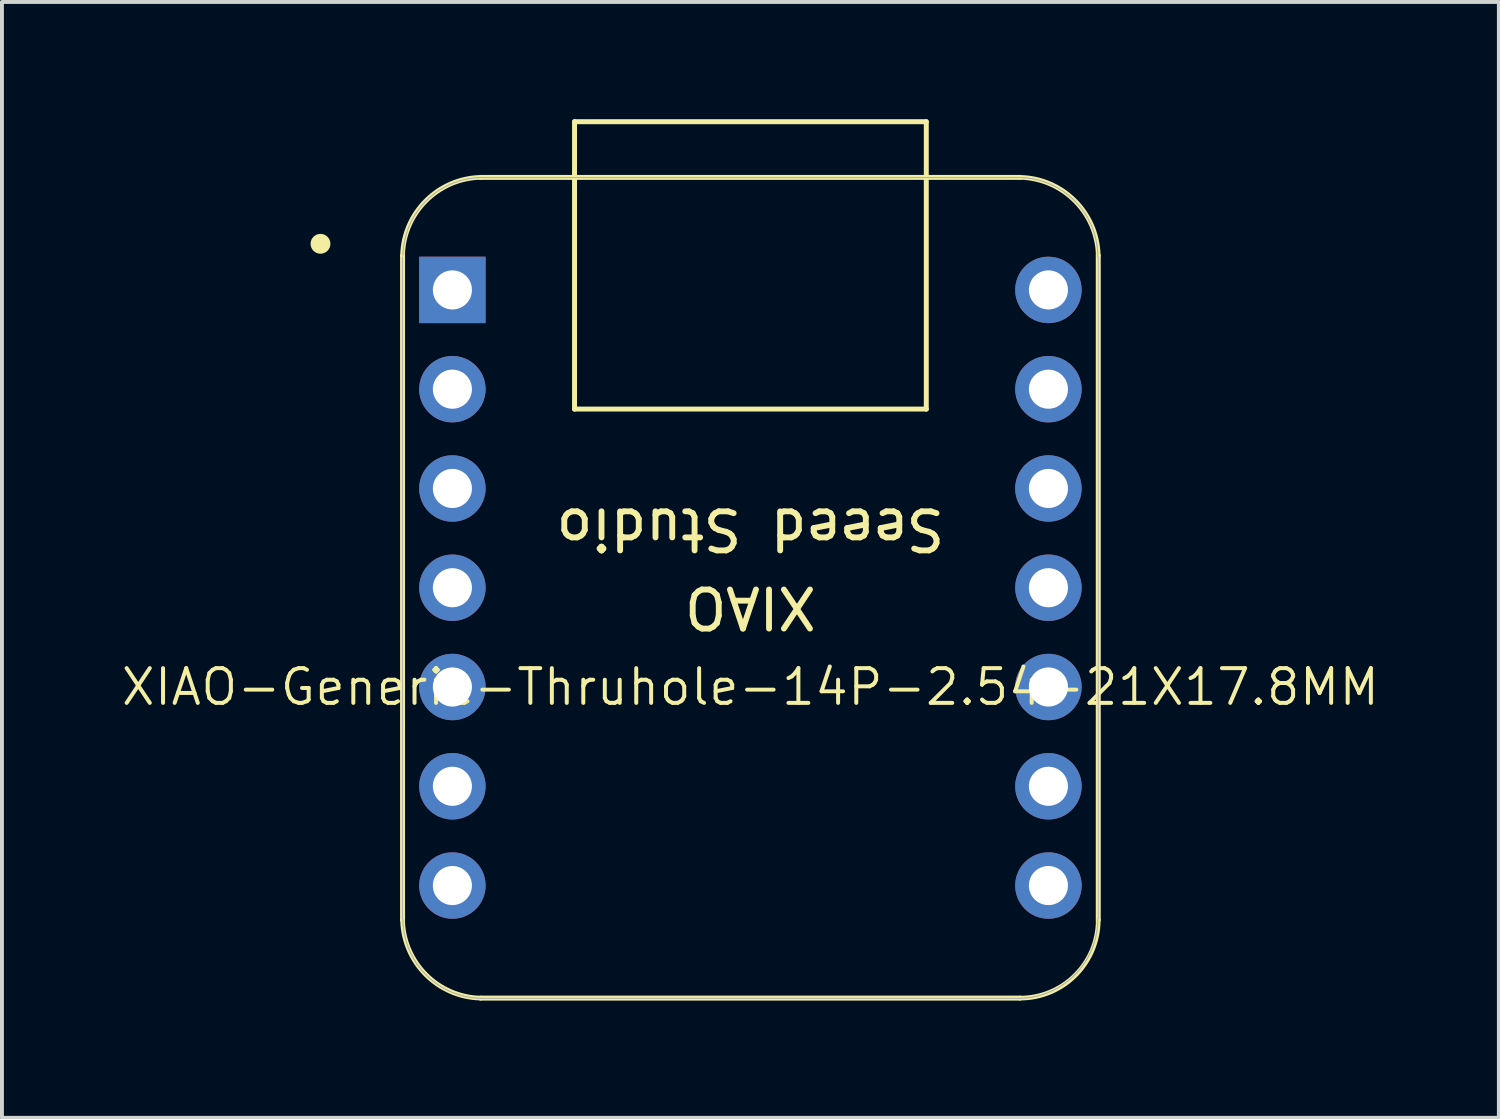
<source format=kicad_pcb>
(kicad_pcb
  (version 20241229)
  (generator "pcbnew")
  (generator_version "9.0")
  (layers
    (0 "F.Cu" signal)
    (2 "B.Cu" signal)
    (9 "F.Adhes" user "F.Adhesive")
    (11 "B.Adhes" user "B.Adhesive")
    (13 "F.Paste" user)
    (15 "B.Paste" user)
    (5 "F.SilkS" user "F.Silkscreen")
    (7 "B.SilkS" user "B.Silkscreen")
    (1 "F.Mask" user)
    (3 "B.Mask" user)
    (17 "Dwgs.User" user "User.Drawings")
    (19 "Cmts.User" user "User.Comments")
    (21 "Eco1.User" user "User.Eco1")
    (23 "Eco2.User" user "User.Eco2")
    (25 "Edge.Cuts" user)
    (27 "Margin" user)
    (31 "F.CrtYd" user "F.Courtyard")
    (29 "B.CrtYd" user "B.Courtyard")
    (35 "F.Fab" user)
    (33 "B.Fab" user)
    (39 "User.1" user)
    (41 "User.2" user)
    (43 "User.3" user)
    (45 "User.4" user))
  (footprint "XIAO-Generic-Thruhole-14P-2.54-21X17.8MM"
    (layer "F.Cu")
    (at 16.15 11.988)
    (property "Reference" "XIAO-Generic-Thruhole-14P-2.54-21X17.8MM" (at 0 2.54 0) (layer "F.SilkS") (effects (font (size 0.889 0.889) (thickness 0.102))))
    (attr smd)
    (fp_line (start -8.9 -8.5) (end -8.9 8.5) (stroke (width 0.127) (type solid)) (layer "F.SilkS"))
    (fp_line (start -6.9 10.5) (end 6.9 10.5) (stroke (width 0.127) (type solid)) (layer "F.SilkS"))
    (fp_line (start -4.5 -11.924) (end 4.5 -11.924) (stroke (width 0.127) (type solid)) (layer "F.SilkS"))
    (fp_line (start -4.5 -4.571) (end -4.5 -11.924) (stroke (width 0.127) (type solid)) (layer "F.SilkS"))
    (fp_line (start 4.5 -11.924) (end 4.5 -4.571) (stroke (width 0.127) (type solid)) (layer "F.SilkS"))
    (fp_line (start 4.5 -4.571) (end -4.5 -4.571) (stroke (width 0.127) (type solid)) (layer "F.SilkS"))
    (fp_line (start 6.9 -10.499) (end -6.9 -10.499) (stroke (width 0.127) (type solid)) (layer "F.SilkS"))
    (fp_line (start 8.9 8.5) (end 8.9 -8.5) (stroke (width 0.127) (type solid)) (layer "F.SilkS"))
    (fp_arc (start -8.9 -8.5) (mid -8.301491 -9.901491) (end -6.9 -10.5) (stroke (width 0.12) (type solid)) (layer "F.SilkS"))
    (fp_arc (start -6.9 10.5) (mid -8.301423 9.901423) (end -8.9 8.5) (stroke (width 0.12) (type solid)) (layer "F.SilkS"))
    (fp_arc (start 6.9 -10.5) (mid 8.301492 -9.901492) (end 8.9 -8.5) (stroke (width 0.12) (type solid)) (layer "F.SilkS"))
    (fp_arc (start 8.9 8.5) (mid 8.314214 9.914214) (end 6.9 10.5) (stroke (width 0.12) (type solid)) (layer "F.SilkS"))
    (fp_circle (center -11 -8.8) (end -11 -9.054) (stroke (width 0) (type solid)) (fill yes) (layer "F.SilkS"))
    (fp_poly (pts (xy -8.888 -8.562) (xy -8.885 -8.61) (xy -8.881 -8.659)) (stroke (width 0.025) (type solid)) (fill no) (layer "F.SilkS"))
    (fp_poly (pts (xy 8.889 8.522) (xy 8.888 8.571) (xy 8.885 8.62) (xy 8.881 8.669) (xy 8.875 8.717) (xy 8.869 8.766) (xy 8.861 8.815) (xy 8.852 8.863) (xy 8.842 8.911)) (stroke (width 0.025) (type solid)) (fill no) (layer "F.SilkS"))
    (fp_line (start -8.9 -8.463) (end -8.9 8.473) (stroke (width 0.025) (type solid)) (layer "F.Fab"))
    (fp_line (start -8.89 8.473) (end -8.889 8.522) (stroke (width 0.025) (type solid)) (layer "F.Fab"))
    (fp_line (start -8.889 8.522) (end -8.888 8.571) (stroke (width 0.025) (type solid)) (layer "F.Fab"))
    (fp_line (start -8.888 -8.562) (end -8.889 -8.512) (stroke (width 0.025) (type solid)) (layer "F.Fab"))
    (fp_line (start -8.888 8.571) (end -8.885 8.62) (stroke (width 0.025) (type solid)) (layer "F.Fab"))
    (fp_line (start -8.885 -8.61) (end -8.888 -8.562) (stroke (width 0.025) (type solid)) (layer "F.Fab"))
    (fp_line (start -8.885 8.62) (end -8.881 8.669) (stroke (width 0.025) (type solid)) (layer "F.Fab"))
    (fp_line (start -8.881 -8.659) (end -8.885 -8.61) (stroke (width 0.025) (type solid)) (layer "F.Fab"))
    (fp_line (start -8.881 8.669) (end -8.875 8.717) (stroke (width 0.025) (type solid)) (layer "F.Fab"))
    (fp_line (start -8.875 -8.708) (end -8.881 -8.659) (stroke (width 0.025) (type solid)) (layer "F.Fab"))
    (fp_line (start -8.875 8.717) (end -8.869 8.766) (stroke (width 0.025) (type solid)) (layer "F.Fab"))
    (fp_line (start -8.869 -8.757) (end -8.875 -8.708) (stroke (width 0.025) (type solid)) (layer "F.Fab"))
    (fp_line (start -8.869 8.766) (end -8.861 8.815) (stroke (width 0.025) (type solid)) (layer "F.Fab"))
    (fp_line (start -8.861 -8.806) (end -8.869 -8.757) (stroke (width 0.025) (type solid)) (layer "F.Fab"))
    (fp_line (start -8.861 8.815) (end -8.852 8.863) (stroke (width 0.025) (type solid)) (layer "F.Fab"))
    (fp_line (start -8.852 -8.854) (end -8.861 -8.806) (stroke (width 0.025) (type solid)) (layer "F.Fab"))
    (fp_line (start -8.852 8.863) (end -8.842 8.911) (stroke (width 0.025) (type solid)) (layer "F.Fab"))
    (fp_line (start -8.842 -8.902) (end -8.852 -8.854) (stroke (width 0.025) (type solid)) (layer "F.Fab"))
    (fp_line (start -8.842 8.911) (end -8.831 8.959) (stroke (width 0.025) (type solid)) (layer "F.Fab"))
    (fp_line (start -8.831 -8.95) (end -8.842 -8.902) (stroke (width 0.025) (type solid)) (layer "F.Fab"))
    (fp_line (start -8.831 8.959) (end -8.819 9.006) (stroke (width 0.025) (type solid)) (layer "F.Fab"))
    (fp_line (start -8.819 -8.997) (end -8.831 -8.95) (stroke (width 0.025) (type solid)) (layer "F.Fab"))
    (fp_line (start -8.819 9.006) (end -8.805 9.054) (stroke (width 0.025) (type solid)) (layer "F.Fab"))
    (fp_line (start -8.805 -9.045) (end -8.819 -8.997) (stroke (width 0.025) (type solid)) (layer "F.Fab"))
    (fp_line (start -8.805 9.054) (end -8.79 9.1) (stroke (width 0.025) (type solid)) (layer "F.Fab"))
    (fp_line (start -8.79 -9.091) (end -8.805 -9.045) (stroke (width 0.025) (type solid)) (layer "F.Fab"))
    (fp_line (start -8.79 9.1) (end -8.775 9.147) (stroke (width 0.025) (type solid)) (layer "F.Fab"))
    (fp_line (start -8.775 -9.138) (end -8.79 -9.091) (stroke (width 0.025) (type solid)) (layer "F.Fab"))
    (fp_line (start -8.775 9.147) (end -8.758 9.193) (stroke (width 0.025) (type solid)) (layer "F.Fab"))
    (fp_line (start -8.758 -9.184) (end -8.775 -9.138) (stroke (width 0.025) (type solid)) (layer "F.Fab"))
    (fp_line (start -8.758 9.193) (end -8.74 9.239) (stroke (width 0.025) (type solid)) (layer "F.Fab"))
    (fp_line (start -8.74 -9.23) (end -8.758 -9.184) (stroke (width 0.025) (type solid)) (layer "F.Fab"))
    (fp_line (start -8.74 9.239) (end -8.721 9.284) (stroke (width 0.025) (type solid)) (layer "F.Fab"))
    (fp_line (start -8.721 -9.275) (end -8.74 -9.23) (stroke (width 0.025) (type solid)) (layer "F.Fab"))
    (fp_line (start -8.721 9.284) (end -8.701 9.329) (stroke (width 0.025) (type solid)) (layer "F.Fab"))
    (fp_line (start -8.701 -9.32) (end -8.721 -9.275) (stroke (width 0.025) (type solid)) (layer "F.Fab"))
    (fp_line (start -8.701 9.329) (end -8.679 9.373) (stroke (width 0.025) (type solid)) (layer "F.Fab"))
    (fp_line (start -8.679 -9.364) (end -8.701 -9.32) (stroke (width 0.025) (type solid)) (layer "F.Fab"))
    (fp_line (start -8.679 9.373) (end -8.657 9.417) (stroke (width 0.025) (type solid)) (layer "F.Fab"))
    (fp_line (start -8.657 -9.408) (end -8.679 -9.364) (stroke (width 0.025) (type solid)) (layer "F.Fab"))
    (fp_line (start -8.657 9.417) (end -8.634 9.46) (stroke (width 0.025) (type solid)) (layer "F.Fab"))
    (fp_line (start -8.634 -9.451) (end -8.657 -9.408) (stroke (width 0.025) (type solid)) (layer "F.Fab"))
    (fp_line (start -8.634 9.46) (end -8.61 9.503) (stroke (width 0.025) (type solid)) (layer "F.Fab"))
    (fp_line (start -8.61 -9.494) (end -8.634 -9.451) (stroke (width 0.025) (type solid)) (layer "F.Fab"))
    (fp_line (start -8.61 9.503) (end -8.584 9.545) (stroke (width 0.025) (type solid)) (layer "F.Fab"))
    (fp_line (start -8.584 -9.536) (end -8.61 -9.494) (stroke (width 0.025) (type solid)) (layer "F.Fab"))
    (fp_line (start -8.584 9.545) (end -8.558 9.586) (stroke (width 0.025) (type solid)) (layer "F.Fab"))
    (fp_line (start -8.558 -9.577) (end -8.584 -9.536) (stroke (width 0.025) (type solid)) (layer "F.Fab"))
    (fp_line (start -8.558 9.586) (end -8.53 9.627) (stroke (width 0.025) (type solid)) (layer "F.Fab"))
    (fp_line (start -8.53 -9.618) (end -8.558 -9.577) (stroke (width 0.025) (type solid)) (layer "F.Fab"))
    (fp_line (start -8.53 9.627) (end -8.502 9.667) (stroke (width 0.025) (type solid)) (layer "F.Fab"))
    (fp_line (start -8.502 -9.658) (end -8.53 -9.618) (stroke (width 0.025) (type solid)) (layer "F.Fab"))
    (fp_line (start -8.502 9.667) (end -8.473 9.706) (stroke (width 0.025) (type solid)) (layer "F.Fab"))
    (fp_line (start -8.473 -9.697) (end -8.502 -9.658) (stroke (width 0.025) (type solid)) (layer "F.Fab"))
    (fp_line (start -8.473 9.706) (end -8.442 9.745) (stroke (width 0.025) (type solid)) (layer "F.Fab"))
    (fp_line (start -8.442 -9.736) (end -8.473 -9.697) (stroke (width 0.025) (type solid)) (layer "F.Fab"))
    (fp_line (start -8.442 9.745) (end -8.411 9.783) (stroke (width 0.025) (type solid)) (layer "F.Fab"))
    (fp_line (start -8.411 -9.774) (end -8.442 -9.736) (stroke (width 0.025) (type solid)) (layer "F.Fab"))
    (fp_line (start -8.411 9.783) (end -8.379 9.82) (stroke (width 0.025) (type solid)) (layer "F.Fab"))
    (fp_line (start -8.379 -9.811) (end -8.411 -9.774) (stroke (width 0.025) (type solid)) (layer "F.Fab"))
    (fp_line (start -8.379 9.82) (end -8.346 9.856) (stroke (width 0.025) (type solid)) (layer "F.Fab"))
    (fp_line (start -8.346 -9.847) (end -8.379 -9.811) (stroke (width 0.025) (type solid)) (layer "F.Fab"))
    (fp_line (start -8.346 9.856) (end -8.312 9.892) (stroke (width 0.025) (type solid)) (layer "F.Fab"))
    (fp_line (start -8.312 -9.883) (end -8.346 -9.847) (stroke (width 0.025) (type solid)) (layer "F.Fab"))
    (fp_line (start -8.312 9.892) (end -8.277 9.927) (stroke (width 0.025) (type solid)) (layer "F.Fab"))
    (fp_line (start -8.277 -9.918) (end -8.312 -9.883) (stroke (width 0.025) (type solid)) (layer "F.Fab"))
    (fp_line (start -8.277 9.927) (end -8.242 9.96) (stroke (width 0.025) (type solid)) (layer "F.Fab"))
    (fp_line (start -8.242 -9.951) (end -8.277 -9.918) (stroke (width 0.025) (type solid)) (layer "F.Fab"))
    (fp_line (start -8.242 9.96) (end -8.205 9.994) (stroke (width 0.025) (type solid)) (layer "F.Fab"))
    (fp_line (start -8.205 -9.984) (end -8.242 -9.951) (stroke (width 0.025) (type solid)) (layer "F.Fab"))
    (fp_line (start -8.205 9.994) (end -8.168 10.026) (stroke (width 0.025) (type solid)) (layer "F.Fab"))
    (fp_line (start -8.168 -10.017) (end -8.205 -9.984) (stroke (width 0.025) (type solid)) (layer "F.Fab"))
    (fp_line (start -8.168 10.026) (end -8.13 10.057) (stroke (width 0.025) (type solid)) (layer "F.Fab"))
    (fp_line (start -8.13 -10.048) (end -8.168 -10.017) (stroke (width 0.025) (type solid)) (layer "F.Fab"))
    (fp_line (start -8.13 10.057) (end -8.092 10.087) (stroke (width 0.025) (type solid)) (layer "F.Fab"))
    (fp_line (start -8.092 -10.078) (end -8.13 -10.048) (stroke (width 0.025) (type solid)) (layer "F.Fab"))
    (fp_line (start -8.092 10.087) (end -8.052 10.116) (stroke (width 0.025) (type solid)) (layer "F.Fab"))
    (fp_line (start -8.052 -10.107) (end -8.092 -10.078) (stroke (width 0.025) (type solid)) (layer "F.Fab"))
    (fp_line (start -8.052 10.116) (end -8.012 10.145) (stroke (width 0.025) (type solid)) (layer "F.Fab"))
    (fp_line (start -8.012 -10.136) (end -8.052 -10.107) (stroke (width 0.025) (type solid)) (layer "F.Fab"))
    (fp_line (start -8.012 10.145) (end -7.972 10.172) (stroke (width 0.025) (type solid)) (layer "F.Fab"))
    (fp_line (start -7.972 -10.163) (end -8.012 -10.136) (stroke (width 0.025) (type solid)) (layer "F.Fab"))
    (fp_line (start -7.972 10.172) (end -7.93 10.199) (stroke (width 0.025) (type solid)) (layer "F.Fab"))
    (fp_line (start -7.93 -10.19) (end -7.972 -10.163) (stroke (width 0.025) (type solid)) (layer "F.Fab"))
    (fp_line (start -7.93 10.199) (end -7.888 10.224) (stroke (width 0.025) (type solid)) (layer "F.Fab"))
    (fp_line (start -7.888 -10.215) (end -7.93 -10.19) (stroke (width 0.025) (type solid)) (layer "F.Fab"))
    (fp_line (start -7.888 10.224) (end -7.846 10.249) (stroke (width 0.025) (type solid)) (layer "F.Fab"))
    (fp_line (start -7.846 -10.239) (end -7.888 -10.215) (stroke (width 0.025) (type solid)) (layer "F.Fab"))
    (fp_line (start -7.846 10.249) (end -7.802 10.272) (stroke (width 0.025) (type solid)) (layer "F.Fab"))
    (fp_line (start -7.802 -10.263) (end -7.846 -10.239) (stroke (width 0.025) (type solid)) (layer "F.Fab"))
    (fp_line (start -7.802 10.272) (end -7.759 10.294) (stroke (width 0.025) (type solid)) (layer "F.Fab"))
    (fp_line (start -7.759 -10.285) (end -7.802 -10.263) (stroke (width 0.025) (type solid)) (layer "F.Fab"))
    (fp_line (start -7.759 10.294) (end -7.714 10.315) (stroke (width 0.025) (type solid)) (layer "F.Fab"))
    (fp_line (start -7.714 -10.306) (end -7.759 -10.285) (stroke (width 0.025) (type solid)) (layer "F.Fab"))
    (fp_line (start -7.714 10.315) (end -7.67 10.335) (stroke (width 0.025) (type solid)) (layer "F.Fab"))
    (fp_line (start -7.67 -10.326) (end -7.714 -10.306) (stroke (width 0.025) (type solid)) (layer "F.Fab"))
    (fp_line (start -7.67 10.335) (end -7.624 10.354) (stroke (width 0.025) (type solid)) (layer "F.Fab"))
    (fp_line (start -7.624 -10.345) (end -7.67 -10.326) (stroke (width 0.025) (type solid)) (layer "F.Fab"))
    (fp_line (start -7.624 10.354) (end -7.579 10.372) (stroke (width 0.025) (type solid)) (layer "F.Fab"))
    (fp_line (start -7.579 -10.363) (end -7.624 -10.345) (stroke (width 0.025) (type solid)) (layer "F.Fab"))
    (fp_line (start -7.579 10.372) (end -7.532 10.389) (stroke (width 0.025) (type solid)) (layer "F.Fab"))
    (fp_line (start -7.532 -10.38) (end -7.579 -10.363) (stroke (width 0.025) (type solid)) (layer "F.Fab"))
    (fp_line (start -7.532 10.389) (end -7.486 10.405) (stroke (width 0.025) (type solid)) (layer "F.Fab"))
    (fp_line (start -7.486 -10.396) (end -7.532 -10.38) (stroke (width 0.025) (type solid)) (layer "F.Fab"))
    (fp_line (start -7.486 10.405) (end -7.439 10.42) (stroke (width 0.025) (type solid)) (layer "F.Fab"))
    (fp_line (start -7.439 -10.411) (end -7.486 -10.396) (stroke (width 0.025) (type solid)) (layer "F.Fab"))
    (fp_line (start -7.439 10.42) (end -7.392 10.433) (stroke (width 0.025) (type solid)) (layer "F.Fab"))
    (fp_line (start -7.392 -10.424) (end -7.439 -10.411) (stroke (width 0.025) (type solid)) (layer "F.Fab"))
    (fp_line (start -7.392 10.433) (end -7.344 10.446) (stroke (width 0.025) (type solid)) (layer "F.Fab"))
    (fp_line (start -7.344 -10.436) (end -7.392 -10.424) (stroke (width 0.025) (type solid)) (layer "F.Fab"))
    (fp_line (start -7.344 10.446) (end -7.296 10.457) (stroke (width 0.025) (type solid)) (layer "F.Fab"))
    (fp_line (start -7.296 -10.448) (end -7.344 -10.436) (stroke (width 0.025) (type solid)) (layer "F.Fab"))
    (fp_line (start -7.296 10.457) (end -7.248 10.467) (stroke (width 0.025) (type solid)) (layer "F.Fab"))
    (fp_line (start -7.248 -10.458) (end -7.296 -10.448) (stroke (width 0.025) (type solid)) (layer "F.Fab"))
    (fp_line (start -7.248 10.467) (end -7.2 10.476) (stroke (width 0.025) (type solid)) (layer "F.Fab"))
    (fp_line (start -7.2 -10.466) (end -7.248 -10.458) (stroke (width 0.025) (type solid)) (layer "F.Fab"))
    (fp_line (start -7.2 10.476) (end -7.152 10.483) (stroke (width 0.025) (type solid)) (layer "F.Fab"))
    (fp_line (start -7.152 -10.474) (end -7.2 -10.466) (stroke (width 0.025) (type solid)) (layer "F.Fab"))
    (fp_line (start -7.152 10.483) (end -7.103 10.49) (stroke (width 0.025) (type solid)) (layer "F.Fab"))
    (fp_line (start -7.103 -10.481) (end -7.152 -10.474) (stroke (width 0.025) (type solid)) (layer "F.Fab"))
    (fp_line (start -7.103 10.49) (end -7.054 10.495) (stroke (width 0.025) (type solid)) (layer "F.Fab"))
    (fp_line (start -7.054 -10.486) (end -7.103 -10.481) (stroke (width 0.025) (type solid)) (layer "F.Fab"))
    (fp_line (start -7.054 10.495) (end -7.005 10.499) (stroke (width 0.025) (type solid)) (layer "F.Fab"))
    (fp_line (start -7.005 -10.49) (end -7.054 -10.486) (stroke (width 0.025) (type solid)) (layer "F.Fab"))
    (fp_line (start -7.005 10.499) (end -6.956 10.502) (stroke (width 0.025) (type solid)) (layer "F.Fab"))
    (fp_line (start -6.956 -10.493) (end -7.005 -10.49) (stroke (width 0.025) (type solid)) (layer "F.Fab"))
    (fp_line (start -6.956 10.502) (end -6.907 10.504) (stroke (width 0.025) (type solid)) (layer "F.Fab"))
    (fp_line (start -6.907 -10.495) (end -6.956 -10.493) (stroke (width 0.025) (type solid)) (layer "F.Fab"))
    (fp_line (start -6.907 10.504) (end -6.858 10.505) (stroke (width 0.025) (type solid)) (layer "F.Fab"))
    (fp_line (start -6.858 -10.495) (end -6.907 -10.495) (stroke (width 0.025) (type solid)) (layer "F.Fab"))
    (fp_line (start -6.858 10.505) (end 6.858 10.505) (stroke (width 0.025) (type solid)) (layer "F.Fab"))
    (fp_line (start 6.858 -10.495) (end -6.858 -10.495) (stroke (width 0.025) (type solid)) (layer "F.Fab"))
    (fp_line (start 6.858 10.505) (end 6.907 10.504) (stroke (width 0.025) (type solid)) (layer "F.Fab"))
    (fp_line (start 6.907 10.504) (end 6.956 10.502) (stroke (width 0.025) (type solid)) (layer "F.Fab"))
    (fp_line (start 6.907 -10.495) (end 6.858 -10.495) (stroke (width 0.025) (type solid)) (layer "F.Fab"))
    (fp_line (start 6.956 -10.493) (end 6.907 -10.495) (stroke (width 0.025) (type solid)) (layer "F.Fab"))
    (fp_line (start 6.956 10.502) (end 7.005 10.499) (stroke (width 0.025) (type solid)) (layer "F.Fab"))
    (fp_line (start 7.005 -10.49) (end 6.956 -10.493) (stroke (width 0.025) (type solid)) (layer "F.Fab"))
    (fp_line (start 7.005 10.499) (end 7.054 10.495) (stroke (width 0.025) (type solid)) (layer "F.Fab"))
    (fp_line (start 7.054 -10.486) (end 7.005 -10.49) (stroke (width 0.025) (type solid)) (layer "F.Fab"))
    (fp_line (start 7.054 10.495) (end 7.103 10.49) (stroke (width 0.025) (type solid)) (layer "F.Fab"))
    (fp_line (start 7.103 -10.481) (end 7.054 -10.486) (stroke (width 0.025) (type solid)) (layer "F.Fab"))
    (fp_line (start 7.103 10.49) (end 7.152 10.483) (stroke (width 0.025) (type solid)) (layer "F.Fab"))
    (fp_line (start 7.152 -10.474) (end 7.103 -10.481) (stroke (width 0.025) (type solid)) (layer "F.Fab"))
    (fp_line (start 7.152 10.483) (end 7.2 10.476) (stroke (width 0.025) (type solid)) (layer "F.Fab"))
    (fp_line (start 7.2 -10.466) (end 7.152 -10.474) (stroke (width 0.025) (type solid)) (layer "F.Fab"))
    (fp_line (start 7.2 10.476) (end 7.248 10.467) (stroke (width 0.025) (type solid)) (layer "F.Fab"))
    (fp_line (start 7.248 -10.458) (end 7.2 -10.466) (stroke (width 0.025) (type solid)) (layer "F.Fab"))
    (fp_line (start 7.248 10.467) (end 7.296 10.457) (stroke (width 0.025) (type solid)) (layer "F.Fab"))
    (fp_line (start 7.296 -10.448) (end 7.248 -10.458) (stroke (width 0.025) (type solid)) (layer "F.Fab"))
    (fp_line (start 7.296 10.457) (end 7.344 10.446) (stroke (width 0.025) (type solid)) (layer "F.Fab"))
    (fp_line (start 7.344 -10.436) (end 7.296 -10.448) (stroke (width 0.025) (type solid)) (layer "F.Fab"))
    (fp_line (start 7.344 10.446) (end 7.392 10.433) (stroke (width 0.025) (type solid)) (layer "F.Fab"))
    (fp_line (start 7.392 -10.424) (end 7.344 -10.436) (stroke (width 0.025) (type solid)) (layer "F.Fab"))
    (fp_line (start 7.392 10.433) (end 7.439 10.42) (stroke (width 0.025) (type solid)) (layer "F.Fab"))
    (fp_line (start 7.439 -10.411) (end 7.392 -10.424) (stroke (width 0.025) (type solid)) (layer "F.Fab"))
    (fp_line (start 7.439 10.42) (end 7.486 10.405) (stroke (width 0.025) (type solid)) (layer "F.Fab"))
    (fp_line (start 7.486 -10.396) (end 7.439 -10.411) (stroke (width 0.025) (type solid)) (layer "F.Fab"))
    (fp_line (start 7.486 10.405) (end 7.532 10.389) (stroke (width 0.025) (type solid)) (layer "F.Fab"))
    (fp_line (start 7.532 -10.38) (end 7.486 -10.396) (stroke (width 0.025) (type solid)) (layer "F.Fab"))
    (fp_line (start 7.532 10.389) (end 7.579 10.372) (stroke (width 0.025) (type solid)) (layer "F.Fab"))
    (fp_line (start 7.579 -10.363) (end 7.532 -10.38) (stroke (width 0.025) (type solid)) (layer "F.Fab"))
    (fp_line (start 7.579 10.372) (end 7.624 10.354) (stroke (width 0.025) (type solid)) (layer "F.Fab"))
    (fp_line (start 7.624 -10.345) (end 7.579 -10.363) (stroke (width 0.025) (type solid)) (layer "F.Fab"))
    (fp_line (start 7.624 10.354) (end 7.67 10.335) (stroke (width 0.025) (type solid)) (layer "F.Fab"))
    (fp_line (start 7.67 -10.326) (end 7.624 -10.345) (stroke (width 0.025) (type solid)) (layer "F.Fab"))
    (fp_line (start 7.67 10.335) (end 7.714 10.315) (stroke (width 0.025) (type solid)) (layer "F.Fab"))
    (fp_line (start 7.714 -10.306) (end 7.67 -10.326) (stroke (width 0.025) (type solid)) (layer "F.Fab"))
    (fp_line (start 7.714 10.315) (end 7.759 10.294) (stroke (width 0.025) (type solid)) (layer "F.Fab"))
    (fp_line (start 7.759 -10.285) (end 7.714 -10.306) (stroke (width 0.025) (type solid)) (layer "F.Fab"))
    (fp_line (start 7.759 10.294) (end 7.802 10.272) (stroke (width 0.025) (type solid)) (layer "F.Fab"))
    (fp_line (start 7.802 -10.263) (end 7.759 -10.285) (stroke (width 0.025) (type solid)) (layer "F.Fab"))
    (fp_line (start 7.802 10.272) (end 7.846 10.249) (stroke (width 0.025) (type solid)) (layer "F.Fab"))
    (fp_line (start 7.846 -10.239) (end 7.802 -10.263) (stroke (width 0.025) (type solid)) (layer "F.Fab"))
    (fp_line (start 7.846 10.249) (end 7.888 10.224) (stroke (width 0.025) (type solid)) (layer "F.Fab"))
    (fp_line (start 7.888 -10.215) (end 7.846 -10.239) (stroke (width 0.025) (type solid)) (layer "F.Fab"))
    (fp_line (start 7.888 10.224) (end 7.93 10.199) (stroke (width 0.025) (type solid)) (layer "F.Fab"))
    (fp_line (start 7.93 -10.19) (end 7.888 -10.215) (stroke (width 0.025) (type solid)) (layer "F.Fab"))
    (fp_line (start 7.93 10.199) (end 7.972 10.172) (stroke (width 0.025) (type solid)) (layer "F.Fab"))
    (fp_line (start 7.972 -10.163) (end 7.93 -10.19) (stroke (width 0.025) (type solid)) (layer "F.Fab"))
    (fp_line (start 7.972 10.172) (end 8.012 10.145) (stroke (width 0.025) (type solid)) (layer "F.Fab"))
    (fp_line (start 8.012 10.145) (end 8.052 10.116) (stroke (width 0.025) (type solid)) (layer "F.Fab"))
    (fp_line (start 8.012 -10.136) (end 7.972 -10.163) (stroke (width 0.025) (type solid)) (layer "F.Fab"))
    (fp_line (start 8.052 -10.107) (end 8.012 -10.136) (stroke (width 0.025) (type solid)) (layer "F.Fab"))
    (fp_line (start 8.052 10.116) (end 8.092 10.087) (stroke (width 0.025) (type solid)) (layer "F.Fab"))
    (fp_line (start 8.092 -10.078) (end 8.052 -10.107) (stroke (width 0.025) (type solid)) (layer "F.Fab"))
    (fp_line (start 8.092 10.087) (end 8.13 10.057) (stroke (width 0.025) (type solid)) (layer "F.Fab"))
    (fp_line (start 8.13 -10.048) (end 8.092 -10.078) (stroke (width 0.025) (type solid)) (layer "F.Fab"))
    (fp_line (start 8.13 10.057) (end 8.168 10.026) (stroke (width 0.025) (type solid)) (layer "F.Fab"))
    (fp_line (start 8.168 -10.017) (end 8.13 -10.048) (stroke (width 0.025) (type solid)) (layer "F.Fab"))
    (fp_line (start 8.168 10.026) (end 8.205 9.994) (stroke (width 0.025) (type solid)) (layer "F.Fab"))
    (fp_line (start 8.205 -9.984) (end 8.168 -10.017) (stroke (width 0.025) (type solid)) (layer "F.Fab"))
    (fp_line (start 8.205 9.994) (end 8.242 9.96) (stroke (width 0.025) (type solid)) (layer "F.Fab"))
    (fp_line (start 8.242 -9.951) (end 8.205 -9.984) (stroke (width 0.025) (type solid)) (layer "F.Fab"))
    (fp_line (start 8.242 9.96) (end 8.277 9.927) (stroke (width 0.025) (type solid)) (layer "F.Fab"))
    (fp_line (start 8.277 -9.918) (end 8.242 -9.951) (stroke (width 0.025) (type solid)) (layer "F.Fab"))
    (fp_line (start 8.277 9.927) (end 8.312 9.892) (stroke (width 0.025) (type solid)) (layer "F.Fab"))
    (fp_line (start 8.312 -9.883) (end 8.277 -9.918) (stroke (width 0.025) (type solid)) (layer "F.Fab"))
    (fp_line (start 8.312 9.892) (end 8.346 9.856) (stroke (width 0.025) (type solid)) (layer "F.Fab"))
    (fp_line (start 8.346 9.856) (end 8.379 9.82) (stroke (width 0.025) (type solid)) (layer "F.Fab"))
    (fp_line (start 8.346 -9.847) (end 8.312 -9.883) (stroke (width 0.025) (type solid)) (layer "F.Fab"))
    (fp_line (start 8.379 -9.811) (end 8.346 -9.847) (stroke (width 0.025) (type solid)) (layer "F.Fab"))
    (fp_line (start 8.379 9.82) (end 8.411 9.783) (stroke (width 0.025) (type solid)) (layer "F.Fab"))
    (fp_line (start 8.411 -9.774) (end 8.379 -9.811) (stroke (width 0.025) (type solid)) (layer "F.Fab"))
    (fp_line (start 8.411 9.783) (end 8.442 9.745) (stroke (width 0.025) (type solid)) (layer "F.Fab"))
    (fp_line (start 8.442 -9.736) (end 8.411 -9.774) (stroke (width 0.025) (type solid)) (layer "F.Fab"))
    (fp_line (start 8.442 9.745) (end 8.473 9.706) (stroke (width 0.025) (type solid)) (layer "F.Fab"))
    (fp_line (start 8.473 9.706) (end 8.502 9.667) (stroke (width 0.025) (type solid)) (layer "F.Fab"))
    (fp_line (start 8.473 -9.697) (end 8.442 -9.736) (stroke (width 0.025) (type solid)) (layer "F.Fab"))
    (fp_line (start 8.502 -9.658) (end 8.473 -9.697) (stroke (width 0.025) (type solid)) (layer "F.Fab"))
    (fp_line (start 8.502 9.667) (end 8.53 9.627) (stroke (width 0.025) (type solid)) (layer "F.Fab"))
    (fp_line (start 8.53 -9.618) (end 8.502 -9.658) (stroke (width 0.025) (type solid)) (layer "F.Fab"))
    (fp_line (start 8.53 9.627) (end 8.558 9.586) (stroke (width 0.025) (type solid)) (layer "F.Fab"))
    (fp_line (start 8.558 -9.577) (end 8.53 -9.618) (stroke (width 0.025) (type solid)) (layer "F.Fab"))
    (fp_line (start 8.558 9.586) (end 8.584 9.545) (stroke (width 0.025) (type solid)) (layer "F.Fab"))
    (fp_line (start 8.584 -9.536) (end 8.558 -9.577) (stroke (width 0.025) (type solid)) (layer "F.Fab"))
    (fp_line (start 8.584 9.545) (end 8.61 9.503) (stroke (width 0.025) (type solid)) (layer "F.Fab"))
    (fp_line (start 8.61 -9.494) (end 8.584 -9.536) (stroke (width 0.025) (type solid)) (layer "F.Fab"))
    (fp_line (start 8.61 9.503) (end 8.634 9.46) (stroke (width 0.025) (type solid)) (layer "F.Fab"))
    (fp_line (start 8.634 -9.451) (end 8.61 -9.494) (stroke (width 0.025) (type solid)) (layer "F.Fab"))
    (fp_line (start 8.634 9.46) (end 8.657 9.417) (stroke (width 0.025) (type solid)) (layer "F.Fab"))
    (fp_line (start 8.657 -9.408) (end 8.634 -9.451) (stroke (width 0.025) (type solid)) (layer "F.Fab"))
    (fp_line (start 8.657 9.417) (end 8.679 9.373) (stroke (width 0.025) (type solid)) (layer "F.Fab"))
    (fp_line (start 8.679 -9.364) (end 8.657 -9.408) (stroke (width 0.025) (type solid)) (layer "F.Fab"))
    (fp_line (start 8.679 9.373) (end 8.701 9.329) (stroke (width 0.025) (type solid)) (layer "F.Fab"))
    (fp_line (start 8.701 -9.32) (end 8.679 -9.364) (stroke (width 0.025) (type solid)) (layer "F.Fab"))
    (fp_line (start 8.701 9.329) (end 8.721 9.284) (stroke (width 0.025) (type solid)) (layer "F.Fab"))
    (fp_line (start 8.721 -9.275) (end 8.701 -9.32) (stroke (width 0.025) (type solid)) (layer "F.Fab"))
    (fp_line (start 8.721 9.284) (end 8.74 9.239) (stroke (width 0.025) (type solid)) (layer "F.Fab"))
    (fp_line (start 8.74 -9.23) (end 8.721 -9.275) (stroke (width 0.025) (type solid)) (layer "F.Fab"))
    (fp_line (start 8.74 9.239) (end 8.758 9.193) (stroke (width 0.025) (type solid)) (layer "F.Fab"))
    (fp_line (start 8.758 -9.184) (end 8.74 -9.23) (stroke (width 0.025) (type solid)) (layer "F.Fab"))
    (fp_line (start 8.758 9.193) (end 8.775 9.147) (stroke (width 0.025) (type solid)) (layer "F.Fab"))
    (fp_line (start 8.775 -9.138) (end 8.758 -9.184) (stroke (width 0.025) (type solid)) (layer "F.Fab"))
    (fp_line (start 8.775 9.147) (end 8.79 9.1) (stroke (width 0.025) (type solid)) (layer "F.Fab"))
    (fp_line (start 8.79 -9.091) (end 8.775 -9.138) (stroke (width 0.025) (type solid)) (layer "F.Fab"))
    (fp_line (start 8.79 9.1) (end 8.805 9.054) (stroke (width 0.025) (type solid)) (layer "F.Fab"))
    (fp_line (start 8.805 -9.045) (end 8.79 -9.091) (stroke (width 0.025) (type solid)) (layer "F.Fab"))
    (fp_line (start 8.805 9.054) (end 8.819 9.006) (stroke (width 0.025) (type solid)) (layer "F.Fab"))
    (fp_line (start 8.819 -8.997) (end 8.805 -9.045) (stroke (width 0.025) (type solid)) (layer "F.Fab"))
    (fp_line (start 8.819 9.006) (end 8.831 8.959) (stroke (width 0.025) (type solid)) (layer "F.Fab"))
    (fp_line (start 8.831 -8.95) (end 8.819 -8.997) (stroke (width 0.025) (type solid)) (layer "F.Fab"))
    (fp_line (start 8.831 8.959) (end 8.842 8.911) (stroke (width 0.025) (type solid)) (layer "F.Fab"))
    (fp_line (start 8.842 -8.902) (end 8.831 -8.95) (stroke (width 0.025) (type solid)) (layer "F.Fab"))
    (fp_line (start 8.842 8.911) (end 8.852 8.863) (stroke (width 0.025) (type solid)) (layer "F.Fab"))
    (fp_line (start 8.852 8.863) (end 8.861 8.815) (stroke (width 0.025) (type solid)) (layer "F.Fab"))
    (fp_line (start 8.852 -8.854) (end 8.842 -8.902) (stroke (width 0.025) (type solid)) (layer "F.Fab"))
    (fp_line (start 8.861 -8.806) (end 8.852 -8.854) (stroke (width 0.025) (type solid)) (layer "F.Fab"))
    (fp_line (start 8.861 8.815) (end 8.869 8.766) (stroke (width 0.025) (type solid)) (layer "F.Fab"))
    (fp_line (start 8.869 -8.757) (end 8.861 -8.806) (stroke (width 0.025) (type solid)) (layer "F.Fab"))
    (fp_line (start 8.869 8.766) (end 8.875 8.717) (stroke (width 0.025) (type solid)) (layer "F.Fab"))
    (fp_line (start 8.875 -8.708) (end 8.869 -8.757) (stroke (width 0.025) (type solid)) (layer "F.Fab"))
    (fp_line (start 8.875 8.717) (end 8.881 8.669) (stroke (width 0.025) (type solid)) (layer "F.Fab"))
    (fp_line (start 8.881 -8.659) (end 8.875 -8.708) (stroke (width 0.025) (type solid)) (layer "F.Fab"))
    (fp_line (start 8.881 8.669) (end 8.885 8.62) (stroke (width 0.025) (type solid)) (layer "F.Fab"))
    (fp_line (start 8.885 -8.61) (end 8.881 -8.659) (stroke (width 0.025) (type solid)) (layer "F.Fab"))
    (fp_line (start 8.885 8.62) (end 8.888 8.571) (stroke (width 0.025) (type solid)) (layer "F.Fab"))
    (fp_line (start 8.888 -8.562) (end 8.885 -8.61) (stroke (width 0.025) (type solid)) (layer "F.Fab"))
    (fp_line (start 8.888 8.571) (end 8.889 8.522) (stroke (width 0.025) (type solid)) (layer "F.Fab"))
    (fp_line (start 8.889 -8.512) (end 8.888 -8.562) (stroke (width 0.025) (type solid)) (layer "F.Fab"))
    (fp_line (start 8.889 8.522) (end 8.89 8.473) (stroke (width 0.025) (type solid)) (layer "F.Fab"))
    (fp_line (start 8.89 -8.463) (end 8.889 -8.512) (stroke (width 0.025) (type solid)) (layer "F.Fab"))
    (fp_line (start 8.9 8.473) (end 8.9 -8.463) (stroke (width 0.025) (type solid)) (layer "F.Fab"))
    (fp_text user "XIAO" (at 0 0.5 180) (unlocked yes) (layer "F.SilkS") (effects (font (size 1 1) (thickness 0.15))))
    (fp_text user "Seeed Studio" (at 0 -1.5 180) (unlocked yes) (layer "F.SilkS") (effects (font (size 1 1) (thickness 0.15))))
    (pad "1" thru_hole rect (at -7.625 -7.62 180) (size 1.7 1.7) (drill 1) (layers "*.Cu" "*.Mask"))
    (pad "2" thru_hole circle (at -7.625 -5.08 180) (size 1.7 1.7) (drill 1) (layers "*.Cu" "*.Mask"))
    (pad "3" thru_hole circle (at -7.625 -2.54 180) (size 1.7 1.7) (drill 1) (layers "*.Cu" "*.Mask"))
    (pad "4" thru_hole circle (at -7.625 0 180) (size 1.7 1.7) (drill 1) (layers "*.Cu" "*.Mask"))
    (pad "5" thru_hole circle (at -7.625 2.54 180) (size 1.7 1.7) (drill 1) (layers "*.Cu" "*.Mask"))
    (pad "6" thru_hole circle (at -7.625 5.08) (size 1.7 1.7) (drill 1) (layers "*.Cu" "*.Mask"))
    (pad "7" thru_hole circle (at -7.625 7.62 180) (size 1.7 1.7) (drill 1) (layers "*.Cu" "*.Mask"))
    (pad "8" thru_hole circle (at 7.625 7.62 180) (size 1.7 1.7) (drill 1) (layers "*.Cu" "*.Mask"))
    (pad "9" thru_hole circle (at 7.625 5.08 180) (size 1.7 1.7) (drill 1) (layers "*.Cu" "*.Mask"))
    (pad "10" thru_hole circle (at 7.625 2.54 180) (size 1.7 1.7) (drill 1) (layers "*.Cu" "*.Mask"))
    (pad "11" thru_hole circle (at 7.625 0 180) (size 1.7 1.7) (drill 1) (layers "*.Cu" "*.Mask"))
    (pad "12" thru_hole circle (at 7.625 -2.54 180) (size 1.7 1.7) (drill 1) (layers "*.Cu" "*.Mask"))
    (pad "13" thru_hole circle (at 7.625 -5.08 180) (size 1.7 1.7) (drill 1) (layers "*.Cu" "*.Mask"))
    (pad "14" thru_hole circle (at 7.625 -7.62 180) (size 1.7 1.7) (drill 1) (layers "*.Cu" "*.Mask")))
  (gr_rect
    (start -3 -3)
    (end 35.3 25.551)
    (stroke (width 0.1) (type default))
    (fill no)
    (layer "Edge.Cuts")))
</source>
